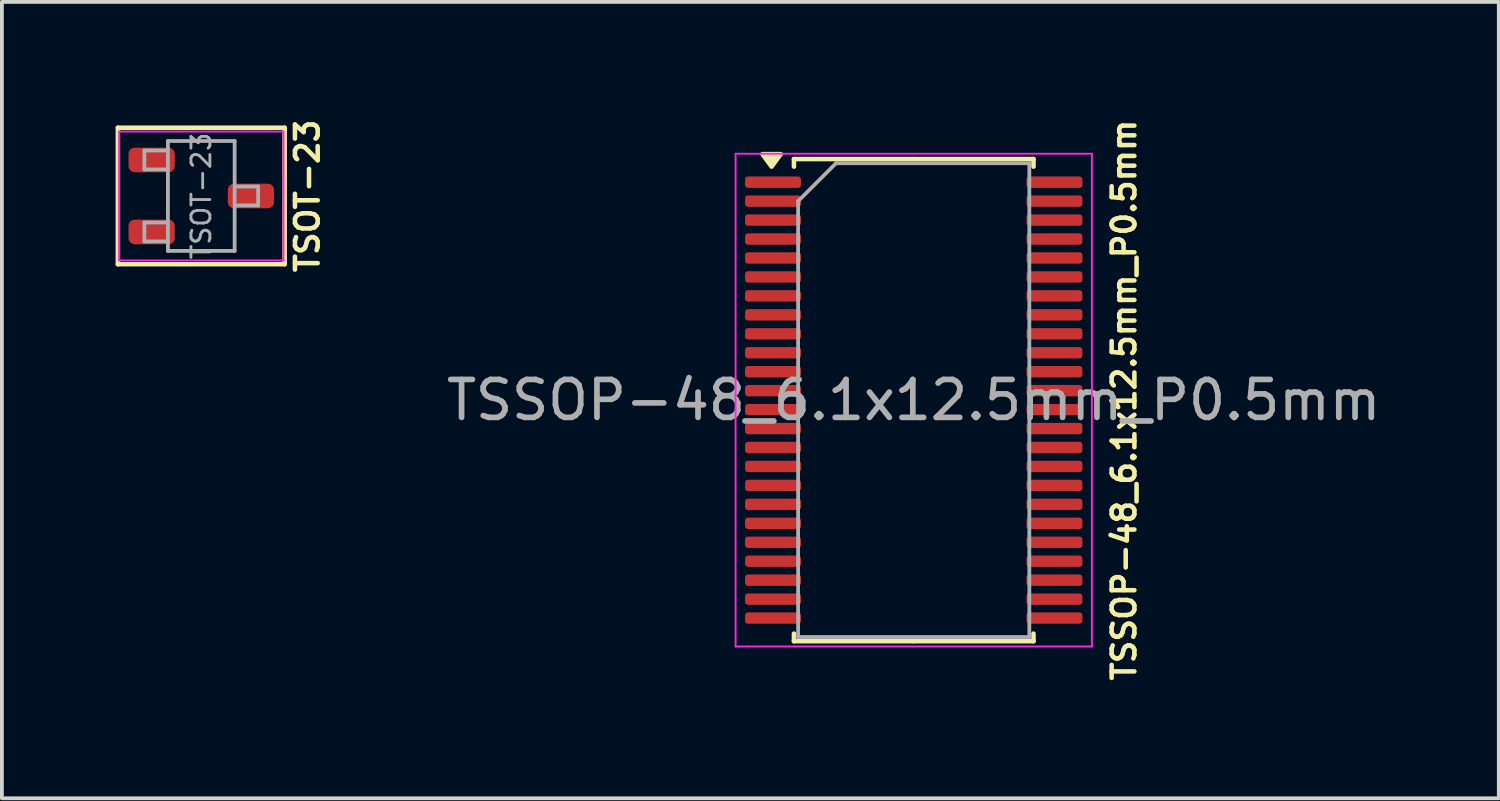
<source format=kicad_pcb>
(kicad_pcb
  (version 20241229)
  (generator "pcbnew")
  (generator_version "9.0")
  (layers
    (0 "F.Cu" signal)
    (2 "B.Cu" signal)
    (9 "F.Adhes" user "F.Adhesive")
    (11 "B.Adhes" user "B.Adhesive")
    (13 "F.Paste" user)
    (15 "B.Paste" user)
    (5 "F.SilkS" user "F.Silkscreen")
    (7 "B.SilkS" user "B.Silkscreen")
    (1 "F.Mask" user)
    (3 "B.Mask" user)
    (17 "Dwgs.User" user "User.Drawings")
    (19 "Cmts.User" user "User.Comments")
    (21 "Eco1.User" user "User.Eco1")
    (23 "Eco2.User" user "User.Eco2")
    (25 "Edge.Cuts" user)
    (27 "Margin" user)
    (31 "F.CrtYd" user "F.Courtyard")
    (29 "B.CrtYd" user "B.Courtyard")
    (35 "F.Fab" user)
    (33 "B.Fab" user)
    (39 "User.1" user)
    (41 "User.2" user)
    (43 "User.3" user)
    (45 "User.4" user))
  (footprint "TSSOP-48_6.1x12.5mm_P0.5mm"
    (layer "F.Cu")
    (at 21.056 7.506)
    (property "Reference" "TSSOP-48_6.1x12.5mm_P0.5mm" (at 5.55 0 90) (layer "F.SilkS") (effects (font (size 0.6 0.6) (thickness 0.12))))
    (attr smd)
    (fp_line (start -3.16 -6.36) (end -3.16 -6.16) (stroke (width 0.12) (type solid)) (layer "F.SilkS"))
    (fp_line (start -3.16 6.36) (end -3.16 6.16) (stroke (width 0.12) (type solid)) (layer "F.SilkS"))
    (fp_line (start 0 -6.36) (end -3.16 -6.36) (stroke (width 0.12) (type solid)) (layer "F.SilkS"))
    (fp_line (start 0 -6.36) (end 3.16 -6.36) (stroke (width 0.12) (type solid)) (layer "F.SilkS"))
    (fp_line (start 0 6.36) (end -3.16 6.36) (stroke (width 0.12) (type solid)) (layer "F.SilkS"))
    (fp_line (start 0 6.36) (end 3.16 6.36) (stroke (width 0.12) (type solid)) (layer "F.SilkS"))
    (fp_line (start 3.16 -6.36) (end 3.16 -6.16) (stroke (width 0.12) (type solid)) (layer "F.SilkS"))
    (fp_line (start 3.16 6.36) (end 3.16 6.16) (stroke (width 0.12) (type solid)) (layer "F.SilkS"))
    (fp_poly (pts (xy -3.75 -6.16) (xy -3.99 -6.49) (xy -3.51 -6.49) (xy -3.75 -6.16)) (stroke (width 0.12) (type solid)) (fill yes) (layer "F.SilkS"))
    (fp_line (start -4.7 -6.5) (end -4.7 6.5) (stroke (width 0.05) (type solid)) (layer "F.CrtYd"))
    (fp_line (start -4.7 6.5) (end 4.7 6.5) (stroke (width 0.05) (type solid)) (layer "F.CrtYd"))
    (fp_line (start 4.7 -6.5) (end -4.7 -6.5) (stroke (width 0.05) (type solid)) (layer "F.CrtYd"))
    (fp_line (start 4.7 6.5) (end 4.7 -6.5) (stroke (width 0.05) (type solid)) (layer "F.CrtYd"))
    (fp_line (start -3.05 -5.25) (end -2.05 -6.25) (stroke (width 0.1) (type solid)) (layer "F.Fab"))
    (fp_line (start -3.05 6.25) (end -3.05 -5.25) (stroke (width 0.1) (type solid)) (layer "F.Fab"))
    (fp_line (start -2.05 -6.25) (end 3.05 -6.25) (stroke (width 0.1) (type solid)) (layer "F.Fab"))
    (fp_line (start 3.05 -6.25) (end 3.05 6.25) (stroke (width 0.1) (type solid)) (layer "F.Fab"))
    (fp_line (start 3.05 6.25) (end -3.05 6.25) (stroke (width 0.1) (type solid)) (layer "F.Fab"))
    (fp_text user "${REFERENCE}" (at 0 0 0) (layer "F.Fab") (effects (font (size 1 1) (thickness 0.15))))
    (pad "1" smd roundrect (at -3.712 -5.75) (size 1.475 0.3) (layers "F.Cu" "F.Mask" "F.Paste") (roundrect_rratio 0.25))
    (pad "2" smd roundrect (at -3.712 -5.25) (size 1.475 0.3) (layers "F.Cu" "F.Mask" "F.Paste") (roundrect_rratio 0.25))
    (pad "3" smd roundrect (at -3.712 -4.75) (size 1.475 0.3) (layers "F.Cu" "F.Mask" "F.Paste") (roundrect_rratio 0.25))
    (pad "4" smd roundrect (at -3.712 -4.25) (size 1.475 0.3) (layers "F.Cu" "F.Mask" "F.Paste") (roundrect_rratio 0.25))
    (pad "5" smd roundrect (at -3.712 -3.75) (size 1.475 0.3) (layers "F.Cu" "F.Mask" "F.Paste") (roundrect_rratio 0.25))
    (pad "6" smd roundrect (at -3.712 -3.25) (size 1.475 0.3) (layers "F.Cu" "F.Mask" "F.Paste") (roundrect_rratio 0.25))
    (pad "7" smd roundrect (at -3.712 -2.75) (size 1.475 0.3) (layers "F.Cu" "F.Mask" "F.Paste") (roundrect_rratio 0.25))
    (pad "8" smd roundrect (at -3.712 -2.25) (size 1.475 0.3) (layers "F.Cu" "F.Mask" "F.Paste") (roundrect_rratio 0.25))
    (pad "9" smd roundrect (at -3.712 -1.75) (size 1.475 0.3) (layers "F.Cu" "F.Mask" "F.Paste") (roundrect_rratio 0.25))
    (pad "10" smd roundrect (at -3.712 -1.25) (size 1.475 0.3) (layers "F.Cu" "F.Mask" "F.Paste") (roundrect_rratio 0.25))
    (pad "11" smd roundrect (at -3.712 -0.75) (size 1.475 0.3) (layers "F.Cu" "F.Mask" "F.Paste") (roundrect_rratio 0.25))
    (pad "12" smd roundrect (at -3.712 -0.25) (size 1.475 0.3) (layers "F.Cu" "F.Mask" "F.Paste") (roundrect_rratio 0.25))
    (pad "13" smd roundrect (at -3.712 0.25) (size 1.475 0.3) (layers "F.Cu" "F.Mask" "F.Paste") (roundrect_rratio 0.25))
    (pad "14" smd roundrect (at -3.712 0.75) (size 1.475 0.3) (layers "F.Cu" "F.Mask" "F.Paste") (roundrect_rratio 0.25))
    (pad "15" smd roundrect (at -3.712 1.25) (size 1.475 0.3) (layers "F.Cu" "F.Mask" "F.Paste") (roundrect_rratio 0.25))
    (pad "16" smd roundrect (at -3.712 1.75) (size 1.475 0.3) (layers "F.Cu" "F.Mask" "F.Paste") (roundrect_rratio 0.25))
    (pad "17" smd roundrect (at -3.712 2.25) (size 1.475 0.3) (layers "F.Cu" "F.Mask" "F.Paste") (roundrect_rratio 0.25))
    (pad "18" smd roundrect (at -3.712 2.75) (size 1.475 0.3) (layers "F.Cu" "F.Mask" "F.Paste") (roundrect_rratio 0.25))
    (pad "19" smd roundrect (at -3.712 3.25) (size 1.475 0.3) (layers "F.Cu" "F.Mask" "F.Paste") (roundrect_rratio 0.25))
    (pad "20" smd roundrect (at -3.712 3.75) (size 1.475 0.3) (layers "F.Cu" "F.Mask" "F.Paste") (roundrect_rratio 0.25))
    (pad "21" smd roundrect (at -3.712 4.25) (size 1.475 0.3) (layers "F.Cu" "F.Mask" "F.Paste") (roundrect_rratio 0.25))
    (pad "22" smd roundrect (at -3.712 4.75) (size 1.475 0.3) (layers "F.Cu" "F.Mask" "F.Paste") (roundrect_rratio 0.25))
    (pad "23" smd roundrect (at -3.712 5.25) (size 1.475 0.3) (layers "F.Cu" "F.Mask" "F.Paste") (roundrect_rratio 0.25))
    (pad "24" smd roundrect (at -3.712 5.75) (size 1.475 0.3) (layers "F.Cu" "F.Mask" "F.Paste") (roundrect_rratio 0.25))
    (pad "25" smd roundrect (at 3.712 5.75) (size 1.475 0.3) (layers "F.Cu" "F.Mask" "F.Paste") (roundrect_rratio 0.25))
    (pad "26" smd roundrect (at 3.712 5.25) (size 1.475 0.3) (layers "F.Cu" "F.Mask" "F.Paste") (roundrect_rratio 0.25))
    (pad "27" smd roundrect (at 3.712 4.75) (size 1.475 0.3) (layers "F.Cu" "F.Mask" "F.Paste") (roundrect_rratio 0.25))
    (pad "28" smd roundrect (at 3.712 4.25) (size 1.475 0.3) (layers "F.Cu" "F.Mask" "F.Paste") (roundrect_rratio 0.25))
    (pad "29" smd roundrect (at 3.712 3.75) (size 1.475 0.3) (layers "F.Cu" "F.Mask" "F.Paste") (roundrect_rratio 0.25))
    (pad "30" smd roundrect (at 3.712 3.25) (size 1.475 0.3) (layers "F.Cu" "F.Mask" "F.Paste") (roundrect_rratio 0.25))
    (pad "31" smd roundrect (at 3.712 2.75) (size 1.475 0.3) (layers "F.Cu" "F.Mask" "F.Paste") (roundrect_rratio 0.25))
    (pad "32" smd roundrect (at 3.712 2.25) (size 1.475 0.3) (layers "F.Cu" "F.Mask" "F.Paste") (roundrect_rratio 0.25))
    (pad "33" smd roundrect (at 3.712 1.75) (size 1.475 0.3) (layers "F.Cu" "F.Mask" "F.Paste") (roundrect_rratio 0.25))
    (pad "34" smd roundrect (at 3.712 1.25) (size 1.475 0.3) (layers "F.Cu" "F.Mask" "F.Paste") (roundrect_rratio 0.25))
    (pad "35" smd roundrect (at 3.712 0.75) (size 1.475 0.3) (layers "F.Cu" "F.Mask" "F.Paste") (roundrect_rratio 0.25))
    (pad "36" smd roundrect (at 3.712 0.25) (size 1.475 0.3) (layers "F.Cu" "F.Mask" "F.Paste") (roundrect_rratio 0.25))
    (pad "37" smd roundrect (at 3.712 -0.25) (size 1.475 0.3) (layers "F.Cu" "F.Mask" "F.Paste") (roundrect_rratio 0.25))
    (pad "38" smd roundrect (at 3.712 -0.75) (size 1.475 0.3) (layers "F.Cu" "F.Mask" "F.Paste") (roundrect_rratio 0.25))
    (pad "39" smd roundrect (at 3.712 -1.25) (size 1.475 0.3) (layers "F.Cu" "F.Mask" "F.Paste") (roundrect_rratio 0.25))
    (pad "40" smd roundrect (at 3.712 -1.75) (size 1.475 0.3) (layers "F.Cu" "F.Mask" "F.Paste") (roundrect_rratio 0.25))
    (pad "41" smd roundrect (at 3.712 -2.25) (size 1.475 0.3) (layers "F.Cu" "F.Mask" "F.Paste") (roundrect_rratio 0.25))
    (pad "42" smd roundrect (at 3.712 -2.75) (size 1.475 0.3) (layers "F.Cu" "F.Mask" "F.Paste") (roundrect_rratio 0.25))
    (pad "43" smd roundrect (at 3.712 -3.25) (size 1.475 0.3) (layers "F.Cu" "F.Mask" "F.Paste") (roundrect_rratio 0.25))
    (pad "44" smd roundrect (at 3.712 -3.75) (size 1.475 0.3) (layers "F.Cu" "F.Mask" "F.Paste") (roundrect_rratio 0.25))
    (pad "45" smd roundrect (at 3.712 -4.25) (size 1.475 0.3) (layers "F.Cu" "F.Mask" "F.Paste") (roundrect_rratio 0.25))
    (pad "46" smd roundrect (at 3.712 -4.75) (size 1.475 0.3) (layers "F.Cu" "F.Mask" "F.Paste") (roundrect_rratio 0.25))
    (pad "47" smd roundrect (at 3.712 -5.25) (size 1.475 0.3) (layers "F.Cu" "F.Mask" "F.Paste") (roundrect_rratio 0.25))
    (pad "48" smd roundrect (at 3.712 -5.75) (size 1.475 0.3) (layers "F.Cu" "F.Mask" "F.Paste") (roundrect_rratio 0.25)))
  (footprint "TSOT-23"
    (layer "F.Cu")
    (at 2.26 2.12)
    (property "Reference" "TSOT-23" (at 2.8 0 270) (layer "F.SilkS") (effects (font (size 0.6 0.6) (thickness 0.12) (bold yes))))
    (attr smd)
    (fp_line (start -2.2 -1.8) (end -2.2 1.8) (stroke (width 0.12) (type solid)) (layer "F.SilkS"))
    (fp_line (start -2.2 1.8) (end 2.2 1.8) (stroke (width 0.12) (type solid)) (layer "F.SilkS"))
    (fp_line (start 2.2 -1.8) (end -2.2 -1.8) (stroke (width 0.12) (type solid)) (layer "F.SilkS"))
    (fp_line (start 2.2 1.8) (end 2.2 -1.8) (stroke (width 0.12) (type solid)) (layer "F.SilkS"))
    (fp_line (start -2.17 -1.7) (end -2.17 1.7) (stroke (width 0.05) (type solid)) (layer "F.CrtYd"))
    (fp_line (start -2.17 -1.7) (end 2.17 -1.7) (stroke (width 0.05) (type solid)) (layer "F.CrtYd"))
    (fp_line (start 2.17 1.7) (end -2.17 1.7) (stroke (width 0.05) (type solid)) (layer "F.CrtYd"))
    (fp_line (start 2.17 1.7) (end 2.17 -1.7) (stroke (width 0.05) (type solid)) (layer "F.CrtYd"))
    (fp_line (start -1.5 -1.2) (end -1.5 -0.7) (stroke (width 0.1) (type solid)) (layer "F.Fab"))
    (fp_line (start -1.5 -0.7) (end -0.9 -0.7) (stroke (width 0.1) (type solid)) (layer "F.Fab"))
    (fp_line (start -1.5 0.7) (end -1.5 1.2) (stroke (width 0.1) (type solid)) (layer "F.Fab"))
    (fp_line (start -1.5 1.2) (end -0.9 1.2) (stroke (width 0.1) (type solid)) (layer "F.Fab"))
    (fp_line (start -0.9 -1.2) (end -1.5 -1.2) (stroke (width 0.1) (type solid)) (layer "F.Fab"))
    (fp_line (start -0.9 0.7) (end -1.5 0.7) (stroke (width 0.1) (type solid)) (layer "F.Fab"))
    (fp_line (start -0.88 -1.45) (end -0.88 1.45) (stroke (width 0.1) (type solid)) (layer "F.Fab"))
    (fp_line (start 0.88 -1.45) (end -0.88 -1.45) (stroke (width 0.1) (type solid)) (layer "F.Fab"))
    (fp_line (start 0.88 -1.45) (end 0.88 1.45) (stroke (width 0.1) (type solid)) (layer "F.Fab"))
    (fp_line (start 0.88 1.45) (end -0.88 1.45) (stroke (width 0.1) (type solid)) (layer "F.Fab"))
    (fp_line (start 0.9 0.25) (end 1.5 0.25) (stroke (width 0.1) (type solid)) (layer "F.Fab"))
    (fp_line (start 1.5 -0.25) (end 0.9 -0.25) (stroke (width 0.1) (type solid)) (layer "F.Fab"))
    (fp_line (start 1.5 0.25) (end 1.5 -0.25) (stroke (width 0.1) (type solid)) (layer "F.Fab"))
    (fp_text user "${REFERENCE}" (at 0 0 90) (layer "F.Fab") (effects (font (size 0.5 0.5) (thickness 0.075))))
    (pad "1" smd roundrect (at -1.31 -0.95) (size 1.22 0.65) (layers "F.Cu" "F.Mask" "F.Paste") (roundrect_rratio 0.25))
    (pad "2" smd roundrect (at -1.31 0.95) (size 1.22 0.65) (layers "F.Cu" "F.Mask" "F.Paste") (roundrect_rratio 0.25))
    (pad "3" smd roundrect (at 1.31 0) (size 1.22 0.65) (layers "F.Cu" "F.Mask" "F.Paste") (roundrect_rratio 0.25)))
  (gr_rect
    (start -3 -3)
    (end 36.491 18.011)
    (stroke (width 0.1) (type default))
    (fill no)
    (layer "Edge.Cuts")))
</source>
